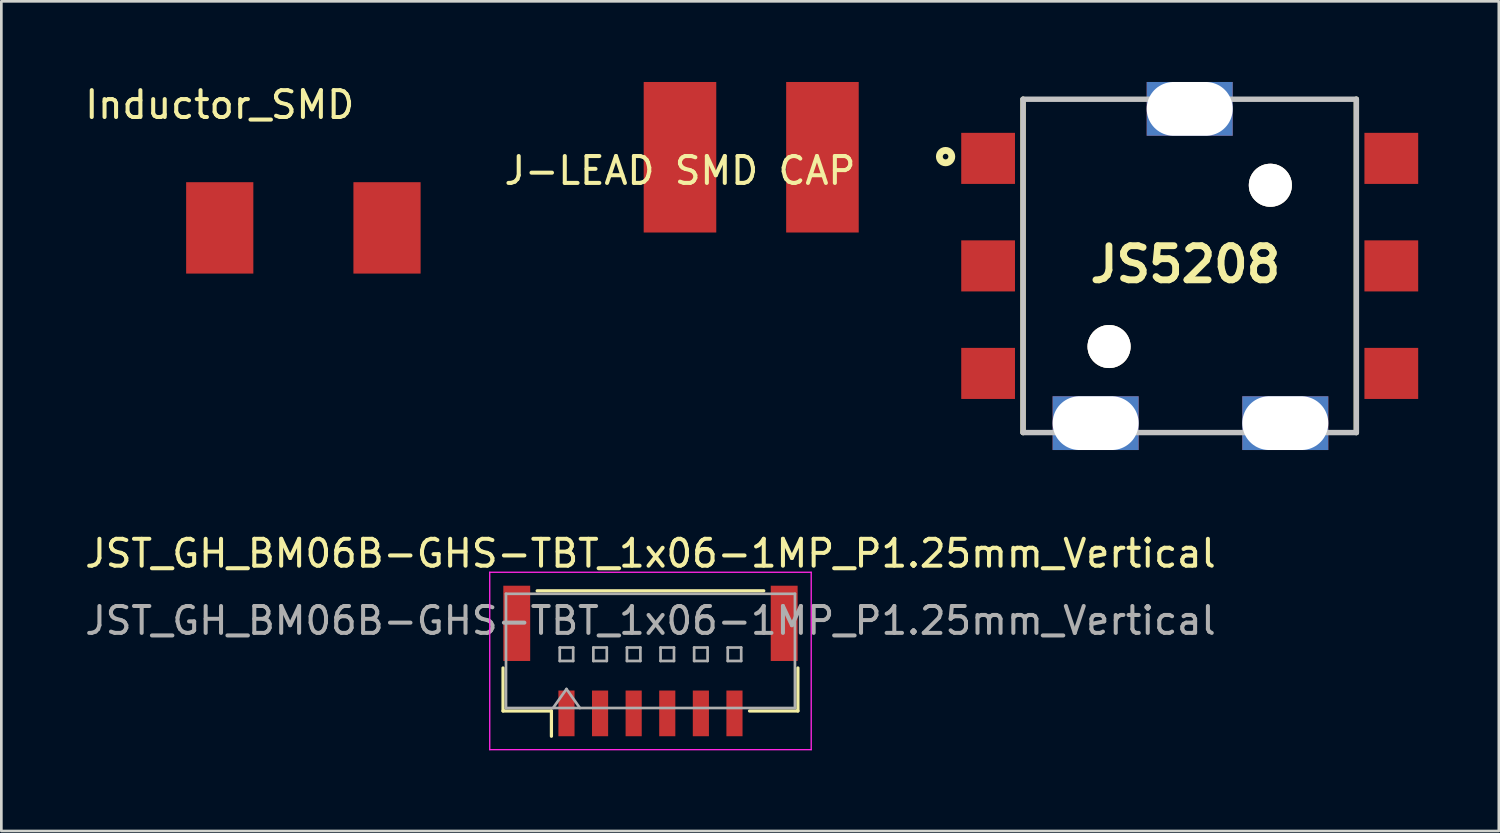
<source format=kicad_pcb>
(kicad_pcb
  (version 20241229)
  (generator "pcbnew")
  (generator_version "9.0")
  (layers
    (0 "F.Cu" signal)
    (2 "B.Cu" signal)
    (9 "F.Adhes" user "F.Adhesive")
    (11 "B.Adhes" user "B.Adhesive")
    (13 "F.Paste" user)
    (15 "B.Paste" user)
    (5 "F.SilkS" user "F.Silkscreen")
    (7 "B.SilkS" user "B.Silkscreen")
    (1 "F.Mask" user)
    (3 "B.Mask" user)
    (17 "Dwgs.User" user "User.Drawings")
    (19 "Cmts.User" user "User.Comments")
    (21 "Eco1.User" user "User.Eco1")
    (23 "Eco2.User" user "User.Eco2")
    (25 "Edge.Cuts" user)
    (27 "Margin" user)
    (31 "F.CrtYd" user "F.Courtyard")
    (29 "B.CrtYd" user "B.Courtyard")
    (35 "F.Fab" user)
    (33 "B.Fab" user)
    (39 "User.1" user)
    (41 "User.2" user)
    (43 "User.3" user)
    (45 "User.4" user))
  (footprint "Inductor_SMD"
    (layer "F.Cu")
    (at 5.125 5.428)
    (property "Reference" "Inductor_SMD" (at 0 -4.58 0) (layer "F.SilkS") (effects (font (size 1 1) (thickness 0.15))))
    (attr through_hole)
    (pad "1" smd rect (at 0 0) (size 2.5 3.4) (layers "F.Cu" "F.Mask" "F.Paste"))
    (pad "2" smd rect (at 6.223 0) (size 2.5 3.4) (layers "F.Cu" "F.Mask" "F.Paste")))
  (footprint "JST_GH_BM06B-GHS-TBT_1x06-1MP_P1.25mm_Vertical"
    (layer "F.Cu")
    (at 21.149 21.54)
    (property "Reference" "JST_GH_BM06B-GHS-TBT_1x06-1MP_P1.25mm_Vertical" (at 0 -4 0) (layer "F.SilkS") (effects (font (size 1 1) (thickness 0.15))))
    (attr smd)
    (fp_line (start -5.485 0.26) (end -5.485 1.86) (stroke (width 0.12) (type solid)) (layer "F.SilkS"))
    (fp_line (start -5.485 1.86) (end -3.685 1.86) (stroke (width 0.12) (type solid)) (layer "F.SilkS"))
    (fp_line (start -4.215 -2.61) (end 4.215 -2.61) (stroke (width 0.12) (type solid)) (layer "F.SilkS"))
    (fp_line (start -3.685 1.86) (end -3.685 2.8) (stroke (width 0.12) (type solid)) (layer "F.SilkS"))
    (fp_line (start 5.485 0.26) (end 5.485 1.86) (stroke (width 0.12) (type solid)) (layer "F.SilkS"))
    (fp_line (start 5.485 1.86) (end 3.685 1.86) (stroke (width 0.12) (type solid)) (layer "F.SilkS"))
    (fp_line (start -5.98 -3.3) (end -5.98 3.3) (stroke (width 0.05) (type solid)) (layer "F.CrtYd"))
    (fp_line (start -5.98 3.3) (end 5.98 3.3) (stroke (width 0.05) (type solid)) (layer "F.CrtYd"))
    (fp_line (start 5.98 -3.3) (end -5.98 -3.3) (stroke (width 0.05) (type solid)) (layer "F.CrtYd"))
    (fp_line (start 5.98 3.3) (end 5.98 -3.3) (stroke (width 0.05) (type solid)) (layer "F.CrtYd"))
    (fp_line (start -5.375 -2.5) (end 5.375 -2.5) (stroke (width 0.1) (type solid)) (layer "F.Fab"))
    (fp_line (start -5.375 1.75) (end -5.375 -2.5) (stroke (width 0.1) (type solid)) (layer "F.Fab"))
    (fp_line (start -5.375 1.75) (end 5.375 1.75) (stroke (width 0.1) (type solid)) (layer "F.Fab"))
    (fp_line (start -3.625 1.75) (end -3.125 1.043) (stroke (width 0.1) (type solid)) (layer "F.Fab"))
    (fp_line (start -3.375 -0.5) (end -3.375 0) (stroke (width 0.1) (type solid)) (layer "F.Fab"))
    (fp_line (start -3.375 0) (end -2.875 0) (stroke (width 0.1) (type solid)) (layer "F.Fab"))
    (fp_line (start -3.125 1.043) (end -2.625 1.75) (stroke (width 0.1) (type solid)) (layer "F.Fab"))
    (fp_line (start -2.875 -0.5) (end -3.375 -0.5) (stroke (width 0.1) (type solid)) (layer "F.Fab"))
    (fp_line (start -2.875 0) (end -2.875 -0.5) (stroke (width 0.1) (type solid)) (layer "F.Fab"))
    (fp_line (start -2.125 -0.5) (end -2.125 0) (stroke (width 0.1) (type solid)) (layer "F.Fab"))
    (fp_line (start -2.125 0) (end -1.625 0) (stroke (width 0.1) (type solid)) (layer "F.Fab"))
    (fp_line (start -1.625 -0.5) (end -2.125 -0.5) (stroke (width 0.1) (type solid)) (layer "F.Fab"))
    (fp_line (start -1.625 0) (end -1.625 -0.5) (stroke (width 0.1) (type solid)) (layer "F.Fab"))
    (fp_line (start -0.875 -0.5) (end -0.875 0) (stroke (width 0.1) (type solid)) (layer "F.Fab"))
    (fp_line (start -0.875 0) (end -0.375 0) (stroke (width 0.1) (type solid)) (layer "F.Fab"))
    (fp_line (start -0.375 -0.5) (end -0.875 -0.5) (stroke (width 0.1) (type solid)) (layer "F.Fab"))
    (fp_line (start -0.375 0) (end -0.375 -0.5) (stroke (width 0.1) (type solid)) (layer "F.Fab"))
    (fp_line (start 0.375 -0.5) (end 0.375 0) (stroke (width 0.1) (type solid)) (layer "F.Fab"))
    (fp_line (start 0.375 0) (end 0.875 0) (stroke (width 0.1) (type solid)) (layer "F.Fab"))
    (fp_line (start 0.875 -0.5) (end 0.375 -0.5) (stroke (width 0.1) (type solid)) (layer "F.Fab"))
    (fp_line (start 0.875 0) (end 0.875 -0.5) (stroke (width 0.1) (type solid)) (layer "F.Fab"))
    (fp_line (start 1.625 -0.5) (end 1.625 0) (stroke (width 0.1) (type solid)) (layer "F.Fab"))
    (fp_line (start 1.625 0) (end 2.125 0) (stroke (width 0.1) (type solid)) (layer "F.Fab"))
    (fp_line (start 2.125 -0.5) (end 1.625 -0.5) (stroke (width 0.1) (type solid)) (layer "F.Fab"))
    (fp_line (start 2.125 0) (end 2.125 -0.5) (stroke (width 0.1) (type solid)) (layer "F.Fab"))
    (fp_line (start 2.875 -0.5) (end 2.875 0) (stroke (width 0.1) (type solid)) (layer "F.Fab"))
    (fp_line (start 2.875 0) (end 3.375 0) (stroke (width 0.1) (type solid)) (layer "F.Fab"))
    (fp_line (start 3.375 -0.5) (end 2.875 -0.5) (stroke (width 0.1) (type solid)) (layer "F.Fab"))
    (fp_line (start 3.375 0) (end 3.375 -0.5) (stroke (width 0.1) (type solid)) (layer "F.Fab"))
    (fp_line (start 5.375 1.75) (end 5.375 -2.5) (stroke (width 0.1) (type solid)) (layer "F.Fab"))
    (fp_text user "${REFERENCE}" (at 0 -1.5 0) (layer "F.Fab") (effects (font (size 1 1) (thickness 0.15))))
    (pad "1" smd rect (at -3.125 1.95) (size 0.6 1.7) (layers "F.Cu" "F.Mask" "F.Paste"))
    (pad "2" smd rect (at -1.875 1.95) (size 0.6 1.7) (layers "F.Cu" "F.Mask" "F.Paste"))
    (pad "3" smd rect (at -0.625 1.95) (size 0.6 1.7) (layers "F.Cu" "F.Mask" "F.Paste"))
    (pad "4" smd rect (at 0.625 1.95) (size 0.6 1.7) (layers "F.Cu" "F.Mask" "F.Paste"))
    (pad "5" smd rect (at 1.875 1.95) (size 0.6 1.7) (layers "F.Cu" "F.Mask" "F.Paste"))
    (pad "6" smd rect (at 3.125 1.95) (size 0.6 1.7) (layers "F.Cu" "F.Mask" "F.Paste"))
    (pad "MP" smd rect (at -4.975 -1.4) (size 1 2.8) (layers "F.Cu" "F.Mask" "F.Paste"))
    (pad "MP" smd rect (at 4.975 -1.4) (size 1 2.8) (layers "F.Cu" "F.Mask" "F.Paste")))
  (footprint "J-LEAD SMD CAP"
    (layer "F.Cu")
    (at 22.247 2.8)
    (property "Reference" "J-LEAD SMD CAP" (at 0 0.5 0) (layer "F.SilkS") (effects (font (size 1 1) (thickness 0.15))))
    (attr through_hole)
    (pad "1" smd rect (at 0 0) (size 2.7 5.6) (layers "F.Cu" "F.Mask" "F.Paste"))
    (pad "2" smd rect (at 5.3 0) (size 2.7 5.6) (layers "F.Cu" "F.Mask" "F.Paste")))
  (footprint "JS5208"
    (layer "F.Cu")
    (at 41.21 6.842)
    (property "Reference" "JS5208" (at -0.162 -0.056 0) (layer "F.SilkS") (effects (font (size 1.27 1.27) (thickness 0.254))))
    (attr through_hole)
    (fp_line (start -6.2 6.2) (end -6.2 -6.2) (stroke (width 0.2) (type solid)) (layer "F.SilkS"))
    (fp_line (start 6.2 -6.2) (end 6.2 6.2) (stroke (width 0.2) (type solid)) (layer "F.SilkS"))
    (fp_circle (center -9.082 -4.066) (end -9.186 -4.066) (stroke (width 0.254) (type solid)) (fill no) (layer "F.SilkS"))
    (fp_line (start -6.2 -6.2) (end 6.2 -6.2) (stroke (width 0.2) (type solid)) (layer "Dwgs.User"))
    (fp_line (start -6.2 6.2) (end -6.2 -6.2) (stroke (width 0.2) (type solid)) (layer "Dwgs.User"))
    (fp_line (start 6.2 -6.2) (end 6.2 6.2) (stroke (width 0.2) (type solid)) (layer "Dwgs.User"))
    (fp_line (start 6.2 6.2) (end -6.2 6.2) (stroke (width 0.2) (type solid)) (layer "Dwgs.User"))
    (pad "" np_thru_hole rect (at -3.5 5.85 90) (size 2 3.2) (drill oval 2 3.2) (layers "*.Cu" "*.Mask"))
    (pad "" thru_hole circle (at -3 3 90) (size 1.6 1.6) (drill 1.6) (layers "*.Cu" "*.Mask" "F.SilkS"))
    (pad "" np_thru_hole rect (at 0 -5.842 90) (size 2 3.2) (drill oval 2 3.2) (layers "*.Cu" "*.Mask"))
    (pad "" thru_hole circle (at 3 -3 90) (size 1.6 1.6) (drill 1.6) (layers "*.Cu" "*.Mask" "F.SilkS"))
    (pad "" np_thru_hole rect (at 3.556 5.85 90) (size 2 3.2) (drill oval 2 3.2) (layers "*.Cu" "*.Mask"))
    (pad "1" smd rect (at -7.5 -4 90) (size 1.9 2) (layers "F.Cu" "F.Mask" "F.Paste"))
    (pad "2" smd rect (at -7.5 0 90) (size 1.9 2) (layers "F.Cu" "F.Mask" "F.Paste"))
    (pad "3" smd rect (at -7.5 4 90) (size 1.9 2) (layers "F.Cu" "F.Mask" "F.Paste"))
    (pad "4" smd rect (at 7.5 -4 90) (size 1.9 2) (layers "F.Cu" "F.Mask" "F.Paste"))
    (pad "5" smd rect (at 7.5 0 90) (size 1.9 2) (layers "F.Cu" "F.Mask" "F.Paste"))
    (pad "6" smd rect (at 7.5 4 90) (size 1.9 2) (layers "F.Cu" "F.Mask" "F.Paste")))
  (gr_rect
    (start -3 -3)
    (end 52.71 27.865)
    (stroke (width 0.1) (type default))
    (fill no)
    (layer "Edge.Cuts")))
</source>
